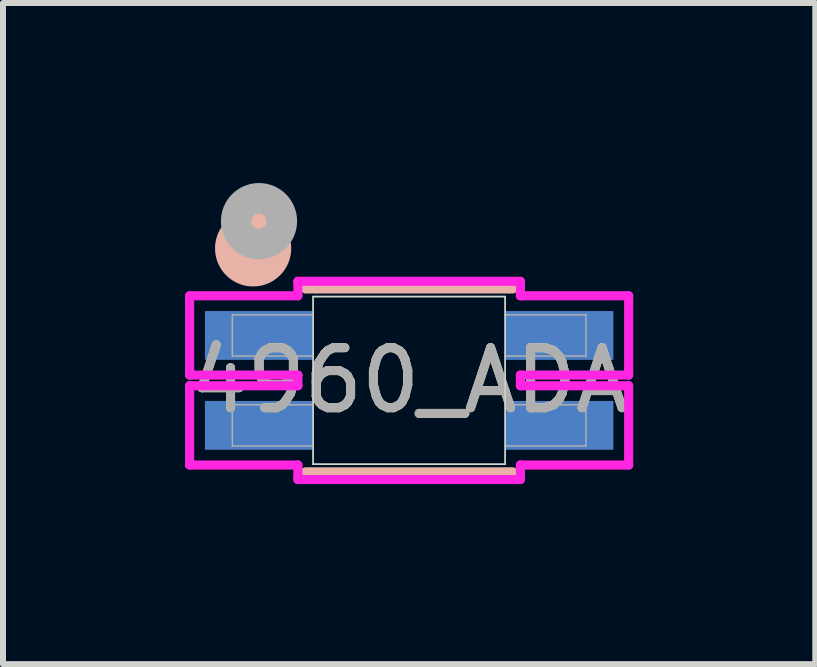
<source format=kicad_pcb>
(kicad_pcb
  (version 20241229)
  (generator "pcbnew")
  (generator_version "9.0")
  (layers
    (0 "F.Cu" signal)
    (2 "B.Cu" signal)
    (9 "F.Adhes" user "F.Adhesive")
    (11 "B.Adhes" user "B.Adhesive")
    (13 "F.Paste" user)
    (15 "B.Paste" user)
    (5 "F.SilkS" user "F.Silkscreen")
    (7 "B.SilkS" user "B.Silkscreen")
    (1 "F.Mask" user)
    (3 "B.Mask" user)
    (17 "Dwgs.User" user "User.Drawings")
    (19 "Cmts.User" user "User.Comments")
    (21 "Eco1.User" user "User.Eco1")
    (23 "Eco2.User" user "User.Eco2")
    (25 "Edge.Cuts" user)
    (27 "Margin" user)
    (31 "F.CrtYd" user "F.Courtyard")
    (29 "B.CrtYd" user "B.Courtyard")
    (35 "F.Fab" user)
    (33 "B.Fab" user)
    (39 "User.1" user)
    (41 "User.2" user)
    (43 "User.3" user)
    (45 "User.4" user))
  (footprint "4960_ADA"
    (layer "F.Cu")
    (at 3.768 3.289)
    (property "Reference" "4960_ADA" (at 0 0 0) (unlocked yes) (layer "F.SilkS") (effects (font (size 1 1) (thickness 0.15))))
    (attr smd)
    (fp_line (start -1.727 -1.524) (end 1.727 -1.524) (stroke (width 0.152) (type solid)) (layer "B.SilkS"))
    (fp_line (start 1.727 1.524) (end -1.727 1.524) (stroke (width 0.152) (type solid)) (layer "B.SilkS"))
    (fp_circle (center -2.6 -2.2) (end -2.219 -2.2) (stroke (width 0.508) (type solid)) (fill no) (layer "B.SilkS"))
    (fp_line (start -1.6 -1.397) (end -1.6 1.397) (stroke (width 0.025) (type solid)) (layer "Edge.Cuts"))
    (fp_line (start -1.6 -1.397) (end 1.6 -1.397) (stroke (width 0.025) (type solid)) (layer "Edge.Cuts"))
    (fp_line (start -1.6 1.397) (end 1.6 1.397) (stroke (width 0.025) (type solid)) (layer "Edge.Cuts"))
    (fp_line (start 1.6 1.397) (end 1.6 -1.397) (stroke (width 0.025) (type solid)) (layer "Edge.Cuts"))
    (fp_line (start -3.658 -1.41) (end -3.658 -0.089) (stroke (width 0.152) (type solid)) (layer "F.CrtYd"))
    (fp_line (start -3.658 -0.089) (end -1.854 -0.089) (stroke (width 0.152) (type solid)) (layer "F.CrtYd"))
    (fp_line (start -3.658 0.089) (end -3.658 1.41) (stroke (width 0.152) (type solid)) (layer "F.CrtYd"))
    (fp_line (start -3.658 1.41) (end -1.854 1.41) (stroke (width 0.152) (type solid)) (layer "F.CrtYd"))
    (fp_line (start -1.854 -1.651) (end -1.854 -1.41) (stroke (width 0.152) (type solid)) (layer "F.CrtYd"))
    (fp_line (start -1.854 -1.41) (end -3.658 -1.41) (stroke (width 0.152) (type solid)) (layer "F.CrtYd"))
    (fp_line (start -1.854 -0.089) (end -1.854 0.089) (stroke (width 0.152) (type solid)) (layer "F.CrtYd"))
    (fp_line (start -1.854 0.089) (end -3.658 0.089) (stroke (width 0.152) (type solid)) (layer "F.CrtYd"))
    (fp_line (start -1.854 1.41) (end -1.854 1.651) (stroke (width 0.152) (type solid)) (layer "F.CrtYd"))
    (fp_line (start -1.854 1.651) (end 1.854 1.651) (stroke (width 0.152) (type solid)) (layer "F.CrtYd"))
    (fp_line (start 1.854 -1.651) (end -1.854 -1.651) (stroke (width 0.152) (type solid)) (layer "F.CrtYd"))
    (fp_line (start 1.854 -1.41) (end 1.854 -1.651) (stroke (width 0.152) (type solid)) (layer "F.CrtYd"))
    (fp_line (start 1.854 -0.089) (end 3.658 -0.089) (stroke (width 0.152) (type solid)) (layer "F.CrtYd"))
    (fp_line (start 1.854 0.089) (end 1.854 -0.089) (stroke (width 0.152) (type solid)) (layer "F.CrtYd"))
    (fp_line (start 1.854 1.41) (end 3.658 1.41) (stroke (width 0.152) (type solid)) (layer "F.CrtYd"))
    (fp_line (start 1.854 1.651) (end 1.854 1.41) (stroke (width 0.152) (type solid)) (layer "F.CrtYd"))
    (fp_line (start 3.658 -1.41) (end 1.854 -1.41) (stroke (width 0.152) (type solid)) (layer "F.CrtYd"))
    (fp_line (start 3.658 -0.089) (end 3.658 -1.41) (stroke (width 0.152) (type solid)) (layer "F.CrtYd"))
    (fp_line (start 3.658 0.089) (end 1.854 0.089) (stroke (width 0.152) (type solid)) (layer "F.CrtYd"))
    (fp_line (start 3.658 1.41) (end 3.658 0.089) (stroke (width 0.152) (type solid)) (layer "F.CrtYd"))
    (fp_line (start -2.946 -1.092) (end -2.946 -0.406) (stroke (width 0.025) (type solid)) (layer "F.Fab"))
    (fp_line (start -2.946 -0.406) (end -1.6 -0.406) (stroke (width 0.025) (type solid)) (layer "F.Fab"))
    (fp_line (start -2.946 0.406) (end -2.946 1.092) (stroke (width 0.025) (type solid)) (layer "F.Fab"))
    (fp_line (start -2.946 1.092) (end -1.6 1.092) (stroke (width 0.025) (type solid)) (layer "F.Fab"))
    (fp_line (start -1.6 -1.397) (end -1.6 1.397) (stroke (width 0.025) (type solid)) (layer "F.Fab"))
    (fp_line (start -1.6 -1.092) (end -2.946 -1.092) (stroke (width 0.025) (type solid)) (layer "F.Fab"))
    (fp_line (start -1.6 0.406) (end -2.946 0.406) (stroke (width 0.025) (type solid)) (layer "F.Fab"))
    (fp_line (start -1.6 1.397) (end 1.6 1.397) (stroke (width 0.025) (type solid)) (layer "F.Fab"))
    (fp_line (start 1.6 -1.397) (end -1.6 -1.397) (stroke (width 0.025) (type solid)) (layer "F.Fab"))
    (fp_line (start 1.6 -0.406) (end 2.946 -0.406) (stroke (width 0.025) (type solid)) (layer "F.Fab"))
    (fp_line (start 1.6 1.092) (end 2.946 1.092) (stroke (width 0.025) (type solid)) (layer "F.Fab"))
    (fp_line (start 1.6 1.397) (end 1.6 -1.397) (stroke (width 0.025) (type solid)) (layer "F.Fab"))
    (fp_line (start 2.946 -1.092) (end 1.6 -1.092) (stroke (width 0.025) (type solid)) (layer "F.Fab"))
    (fp_line (start 2.946 -0.406) (end 2.946 -1.092) (stroke (width 0.025) (type solid)) (layer "F.Fab"))
    (fp_line (start 2.946 0.406) (end 1.6 0.406) (stroke (width 0.025) (type solid)) (layer "F.Fab"))
    (fp_line (start 2.946 1.092) (end 2.946 0.406) (stroke (width 0.025) (type solid)) (layer "F.Fab"))
    (fp_circle (center -2.502 -2.654) (end -2.121 -2.654) (stroke (width 0.508) (type solid)) (fill no) (layer "F.Fab"))
    (fp_text user "${REFERENCE}" (at 0 0 0) (unlocked yes) (layer "F.Fab") (effects (font (size 1 1) (thickness 0.15))))
    (pad "1" smd rect (at -2.502 -0.749) (size 1.803 0.813) (layers "B.Cu" "B.Mask" "B.Paste"))
    (pad "2" smd rect (at -2.502 0.749) (size 1.803 0.813) (layers "B.Cu" "B.Mask" "B.Paste"))
    (pad "3" smd rect (at 2.502 0.749) (size 1.803 0.813) (layers "B.Cu" "B.Mask" "B.Paste"))
    (pad "4" smd rect (at 2.502 -0.749) (size 1.803 0.813) (layers "B.Cu" "B.Mask" "B.Paste")))
  (gr_rect
    (start -3 -3)
    (end 10.536 8.017)
    (stroke (width 0.1) (type default))
    (fill no)
    (layer "Edge.Cuts")))
</source>
